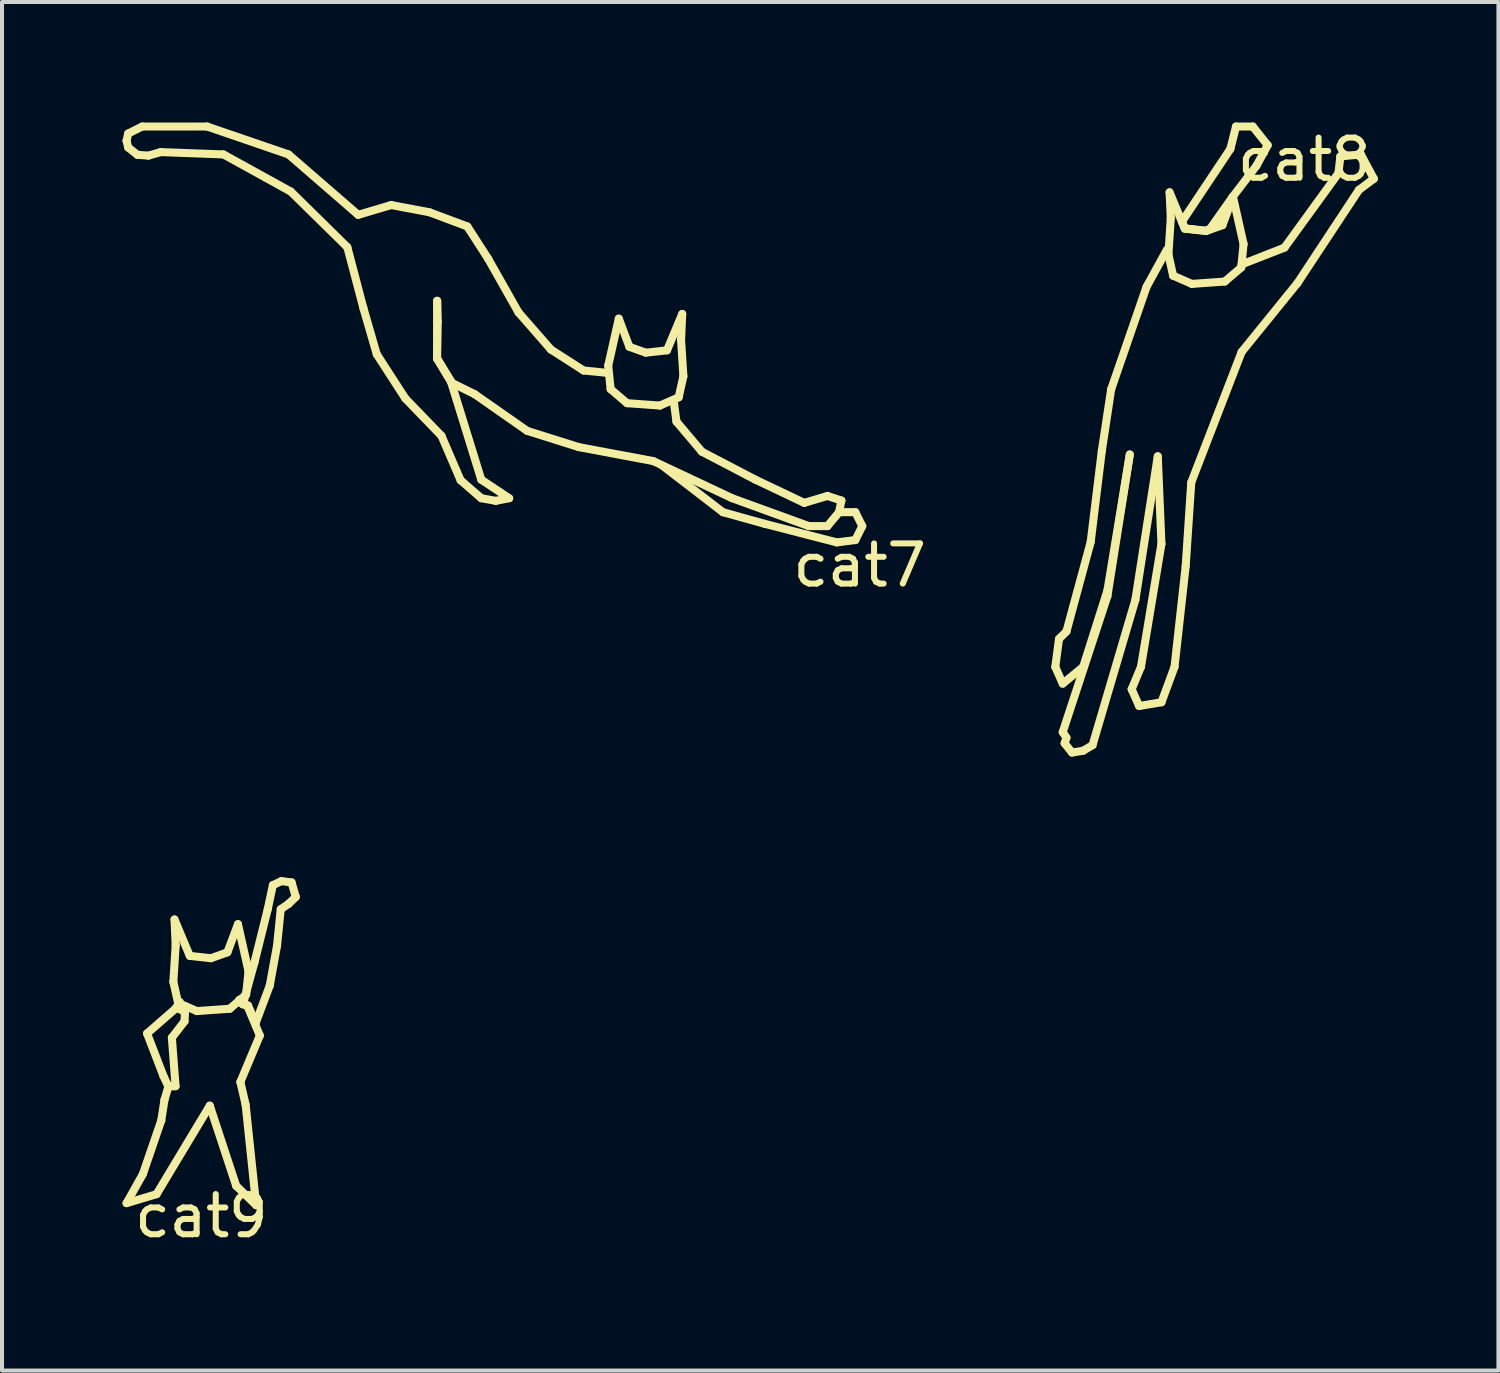
<source format=kicad_pcb>
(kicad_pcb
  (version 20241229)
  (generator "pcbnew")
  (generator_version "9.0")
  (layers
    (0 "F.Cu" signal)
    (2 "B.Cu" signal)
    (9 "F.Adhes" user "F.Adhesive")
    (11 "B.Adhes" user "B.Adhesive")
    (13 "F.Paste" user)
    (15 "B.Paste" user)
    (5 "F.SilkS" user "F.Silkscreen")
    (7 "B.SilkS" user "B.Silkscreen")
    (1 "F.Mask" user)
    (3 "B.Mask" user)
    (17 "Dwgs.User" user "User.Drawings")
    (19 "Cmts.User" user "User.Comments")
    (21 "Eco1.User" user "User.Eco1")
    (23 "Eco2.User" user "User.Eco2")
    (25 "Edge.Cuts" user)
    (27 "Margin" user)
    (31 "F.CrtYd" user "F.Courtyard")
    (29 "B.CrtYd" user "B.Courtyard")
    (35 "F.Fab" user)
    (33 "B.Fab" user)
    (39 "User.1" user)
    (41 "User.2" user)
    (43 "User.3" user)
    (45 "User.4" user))
  (footprint "cat9"
    (layer "F.Cu")
    (at 1.963 26.718)
    (property "Reference" "cat9" (at 0 0.5 0) (unlocked yes) (layer "F.SilkS") (effects (font (size 1 1) (thickness 0.15))))
    (attr through_hole)
    (fp_line (start -1.863 0.181) (end -1.116 -0.042) (stroke (width 0.2) (type solid)) (layer "F.SilkS"))
    (fp_line (start -1.457 -0.541) (end -1.863 0.181) (stroke (width 0.2) (type solid)) (layer "F.SilkS"))
    (fp_line (start -1.352 -4.043) (end -0.946 -2.987) (stroke (width 0.2) (type solid)) (layer "F.SilkS"))
    (fp_line (start -1.116 -0.042) (end 0.209 -2.246) (stroke (width 0.2) (type solid)) (layer "F.SilkS"))
    (fp_line (start -0.998 -1.879) (end -1.457 -0.541) (stroke (width 0.2) (type solid)) (layer "F.SilkS"))
    (fp_line (start -0.946 -2.987) (end -0.821 -2.721) (stroke (width 0.2) (type solid)) (layer "F.SilkS"))
    (fp_line (start -0.919 -2.39) (end -0.998 -1.879) (stroke (width 0.2) (type solid)) (layer "F.SilkS"))
    (fp_line (start -0.821 -2.721) (end -0.643 -2.731) (stroke (width 0.2) (type solid)) (layer "F.SilkS"))
    (fp_line (start -0.814 -2.744) (end -0.919 -2.39) (stroke (width 0.2) (type solid)) (layer "F.SilkS"))
    (fp_line (start -0.735 -3.938) (end -0.42 -4.345) (stroke (width 0.2) (type solid)) (layer "F.SilkS"))
    (fp_line (start -0.698 -5.331) (end -0.581 -4.805) (stroke (width 0.2) (type solid)) (layer "F.SilkS"))
    (fp_line (start -0.669 -6.88) (end -0.64 -6.237) (stroke (width 0.2) (type solid)) (layer "F.SilkS"))
    (fp_line (start -0.643 -2.731) (end -0.735 -3.938) (stroke (width 0.2) (type solid)) (layer "F.SilkS"))
    (fp_line (start -0.643 -4.66) (end -0.643 -4.66) (stroke (width 0.2) (type solid)) (layer "F.SilkS"))
    (fp_line (start -0.64 -6.237) (end -0.698 -5.331) (stroke (width 0.2) (type solid)) (layer "F.SilkS"))
    (fp_line (start -0.617 -4.686) (end -1.352 -4.043) (stroke (width 0.2) (type solid)) (layer "F.SilkS"))
    (fp_line (start -0.581 -4.805) (end -0.113 -4.6) (stroke (width 0.2) (type solid)) (layer "F.SilkS"))
    (fp_line (start -0.538 -4.83) (end -0.643 -4.66) (stroke (width 0.2) (type solid)) (layer "F.SilkS"))
    (fp_line (start -0.42 -4.345) (end -0.407 -4.581) (stroke (width 0.2) (type solid)) (layer "F.SilkS"))
    (fp_line (start -0.407 -4.581) (end -0.617 -4.686) (stroke (width 0.2) (type solid)) (layer "F.SilkS"))
    (fp_line (start -0.289 -5.974) (end -0.669 -6.88) (stroke (width 0.2) (type solid)) (layer "F.SilkS"))
    (fp_line (start -0.113 -4.6) (end 0.705 -4.658) (stroke (width 0.2) (type solid)) (layer "F.SilkS"))
    (fp_line (start 0.209 -2.246) (end 0.865 -0.252) (stroke (width 0.2) (type solid)) (layer "F.SilkS"))
    (fp_line (start 0.237 -5.916) (end -0.289 -5.974) (stroke (width 0.2) (type solid)) (layer "F.SilkS"))
    (fp_line (start 0.647 -6.062) (end 0.237 -5.916) (stroke (width 0.2) (type solid)) (layer "F.SilkS"))
    (fp_line (start 0.705 -4.658) (end 1.114 -5.009) (stroke (width 0.2) (type solid)) (layer "F.SilkS"))
    (fp_line (start 0.865 -0.252) (end 1.364 0.233) (stroke (width 0.2) (type solid)) (layer "F.SilkS"))
    (fp_line (start 0.91 -6.763) (end 0.647 -6.062) (stroke (width 0.2) (type solid)) (layer "F.SilkS"))
    (fp_line (start 0.957 -4.817) (end 0.944 -4.883) (stroke (width 0.2) (type solid)) (layer "F.SilkS"))
    (fp_line (start 0.97 -2.836) (end 1.455 -3.991) (stroke (width 0.2) (type solid)) (layer "F.SilkS"))
    (fp_line (start 1.033 -4.768) (end 1.321 -5.812) (stroke (width 0.2) (type solid)) (layer "F.SilkS"))
    (fp_line (start 1.101 -2.272) (end 0.97 -2.836) (stroke (width 0.2) (type solid)) (layer "F.SilkS"))
    (fp_line (start 1.114 -5.009) (end 1.173 -5.594) (stroke (width 0.2) (type solid)) (layer "F.SilkS"))
    (fp_line (start 1.141 -4.738) (end 0.957 -4.817) (stroke (width 0.2) (type solid)) (layer "F.SilkS"))
    (fp_line (start 1.162 -4.737) (end 1.033 -4.768) (stroke (width 0.2) (type solid)) (layer "F.SilkS"))
    (fp_line (start 1.173 -5.594) (end 0.91 -6.763) (stroke (width 0.2) (type solid)) (layer "F.SilkS"))
    (fp_line (start 1.321 -5.812) (end 1.651 -7.134) (stroke (width 0.2) (type solid)) (layer "F.SilkS"))
    (fp_line (start 1.351 -4.302) (end 1.162 -4.737) (stroke (width 0.2) (type solid)) (layer "F.SilkS"))
    (fp_line (start 1.364 0.233) (end 1.101 -2.272) (stroke (width 0.2) (type solid)) (layer "F.SilkS"))
    (fp_line (start 1.455 -3.991) (end 1.141 -4.738) (stroke (width 0.2) (type solid)) (layer "F.SilkS"))
    (fp_line (start 1.651 -7.134) (end 1.779 -7.735) (stroke (width 0.2) (type solid)) (layer "F.SilkS"))
    (fp_line (start 1.701 -5.233) (end 1.351 -4.302) (stroke (width 0.2) (type solid)) (layer "F.SilkS"))
    (fp_line (start 1.779 -7.735) (end 1.992 -7.835) (stroke (width 0.2) (type solid)) (layer "F.SilkS"))
    (fp_line (start 1.883 -6.227) (end 1.701 -5.233) (stroke (width 0.2) (type solid)) (layer "F.SilkS"))
    (fp_line (start 1.975 -7.135) (end 1.883 -6.227) (stroke (width 0.2) (type solid)) (layer "F.SilkS"))
    (fp_line (start 1.992 -7.835) (end 2.245 -7.803) (stroke (width 0.2) (type solid)) (layer "F.SilkS"))
    (fp_line (start 2.171 -7.27) (end 1.975 -7.135) (stroke (width 0.2) (type solid)) (layer "F.SilkS"))
    (fp_line (start 2.245 -7.803) (end 2.35 -7.441) (stroke (width 0.2) (type solid)) (layer "F.SilkS"))
    (fp_line (start 2.35 -7.441) (end 2.171 -7.27) (stroke (width 0.2) (type solid)) (layer "F.SilkS")))
  (footprint "cat8"
    (layer "F.Cu")
    (at 29.415 0.42)
    (property "Reference" "cat8" (at 0 0.5 0) (unlocked yes) (layer "F.SilkS") (effects (font (size 1 1) (thickness 0.15))))
    (attr through_hole)
    (fp_line (start -6.197 13.13) (end -6.104 12.434) (stroke (width 0.2) (type solid)) (layer "F.SilkS"))
    (fp_line (start -6.104 12.434) (end -5.919 12.249) (stroke (width 0.2) (type solid)) (layer "F.SilkS"))
    (fp_line (start -6.012 14.753) (end -4.899 11.367) (stroke (width 0.2) (type solid)) (layer "F.SilkS"))
    (fp_line (start -6.012 13.547) (end -6.197 13.13) (stroke (width 0.2) (type solid)) (layer "F.SilkS"))
    (fp_line (start -5.965 15.031) (end -5.919 14.892) (stroke (width 0.2) (type solid)) (layer "F.SilkS"))
    (fp_line (start -5.919 12.249) (end -5.316 10.023) (stroke (width 0.2) (type solid)) (layer "F.SilkS"))
    (fp_line (start -5.919 14.892) (end -6.012 14.753) (stroke (width 0.2) (type solid)) (layer "F.SilkS"))
    (fp_line (start -5.78 15.263) (end -5.965 15.031) (stroke (width 0.2) (type solid)) (layer "F.SilkS"))
    (fp_line (start -5.502 13.13) (end -6.012 13.547) (stroke (width 0.2) (type solid)) (layer "F.SilkS"))
    (fp_line (start -5.502 15.217) (end -5.78 15.263) (stroke (width 0.2) (type solid)) (layer "F.SilkS"))
    (fp_line (start -5.316 10.023) (end -5.038 7.75) (stroke (width 0.2) (type solid)) (layer "F.SilkS"))
    (fp_line (start -5.27 15.078) (end -5.502 15.217) (stroke (width 0.2) (type solid)) (layer "F.SilkS"))
    (fp_line (start -5.038 7.75) (end -4.806 6.22) (stroke (width 0.2) (type solid)) (layer "F.SilkS"))
    (fp_line (start -4.899 11.367) (end -4.342 7.843) (stroke (width 0.2) (type solid)) (layer "F.SilkS"))
    (fp_line (start -4.899 11.228) (end -5.502 13.13) (stroke (width 0.2) (type solid)) (layer "F.SilkS"))
    (fp_line (start -4.806 6.22) (end -3.925 3.669) (stroke (width 0.2) (type solid)) (layer "F.SilkS"))
    (fp_line (start -4.342 7.843) (end -4.899 11.228) (stroke (width 0.2) (type solid)) (layer "F.SilkS"))
    (fp_line (start -4.296 13.686) (end -4.064 13.13) (stroke (width 0.2) (type solid)) (layer "F.SilkS"))
    (fp_line (start -4.203 11.46) (end -5.27 15.078) (stroke (width 0.2) (type solid)) (layer "F.SilkS"))
    (fp_line (start -4.11 14.104) (end -4.296 13.686) (stroke (width 0.2) (type solid)) (layer "F.SilkS"))
    (fp_line (start -4.064 13.13) (end -3.554 10.069) (stroke (width 0.2) (type solid)) (layer "F.SilkS"))
    (fp_line (start -3.925 3.669) (end -3.415 2.741) (stroke (width 0.2) (type solid)) (layer "F.SilkS"))
    (fp_line (start -3.646 7.889) (end -4.203 11.46) (stroke (width 0.2) (type solid)) (layer "F.SilkS"))
    (fp_line (start -3.554 14.011) (end -4.11 14.104) (stroke (width 0.2) (type solid)) (layer "F.SilkS"))
    (fp_line (start -3.554 10.069) (end -3.646 7.889) (stroke (width 0.2) (type solid)) (layer "F.SilkS"))
    (fp_line (start -3.381 2.866) (end -3.264 3.392) (stroke (width 0.2) (type solid)) (layer "F.SilkS"))
    (fp_line (start -3.352 1.317) (end -3.322 1.96) (stroke (width 0.2) (type solid)) (layer "F.SilkS"))
    (fp_line (start -3.322 1.96) (end -3.381 2.866) (stroke (width 0.2) (type solid)) (layer "F.SilkS"))
    (fp_line (start -3.264 3.392) (end -2.796 3.597) (stroke (width 0.2) (type solid)) (layer "F.SilkS"))
    (fp_line (start -3.229 13.13) (end -3.554 14.011) (stroke (width 0.2) (type solid)) (layer "F.SilkS"))
    (fp_line (start -3.044 2.046) (end -1.838 0.237) (stroke (width 0.2) (type solid)) (layer "F.SilkS"))
    (fp_line (start -2.973 2.213) (end -3.044 2.046) (stroke (width 0.2) (type solid)) (layer "F.SilkS"))
    (fp_line (start -2.972 2.223) (end -3.352 1.317) (stroke (width 0.2) (type solid)) (layer "F.SilkS"))
    (fp_line (start -2.951 10.625) (end -3.229 13.13) (stroke (width 0.2) (type solid)) (layer "F.SilkS"))
    (fp_line (start -2.812 8.538) (end -2.951 10.625) (stroke (width 0.2) (type solid)) (layer "F.SilkS"))
    (fp_line (start -2.796 3.597) (end -1.978 3.538) (stroke (width 0.2) (type solid)) (layer "F.SilkS"))
    (fp_line (start -2.771 2.237) (end -2.973 2.213) (stroke (width 0.2) (type solid)) (layer "F.SilkS"))
    (fp_line (start -2.446 2.272) (end -2.771 2.237) (stroke (width 0.2) (type solid)) (layer "F.SilkS"))
    (fp_line (start -2.445 2.281) (end -2.972 2.223) (stroke (width 0.2) (type solid)) (layer "F.SilkS"))
    (fp_line (start -2.348 2.231) (end -2.446 2.272) (stroke (width 0.2) (type solid)) (layer "F.SilkS"))
    (fp_line (start -2.036 2.135) (end -2.445 2.281) (stroke (width 0.2) (type solid)) (layer "F.SilkS"))
    (fp_line (start -1.978 3.538) (end -1.568 3.188) (stroke (width 0.2) (type solid)) (layer "F.SilkS"))
    (fp_line (start -1.838 0.237) (end -1.699 -0.32) (stroke (width 0.2) (type solid)) (layer "F.SilkS"))
    (fp_line (start -1.791 1.443) (end -2.348 2.231) (stroke (width 0.2) (type solid)) (layer "F.SilkS"))
    (fp_line (start -1.773 1.434) (end -2.036 2.135) (stroke (width 0.2) (type solid)) (layer "F.SilkS"))
    (fp_line (start -1.699 -0.32) (end -1.281 -0.32) (stroke (width 0.2) (type solid)) (layer "F.SilkS"))
    (fp_line (start -1.568 3.188) (end -1.51 2.603) (stroke (width 0.2) (type solid)) (layer "F.SilkS"))
    (fp_line (start -1.559 3.112) (end -0.493 2.695) (stroke (width 0.2) (type solid)) (layer "F.SilkS"))
    (fp_line (start -1.559 5.292) (end -2.812 8.538) (stroke (width 0.2) (type solid)) (layer "F.SilkS"))
    (fp_line (start -1.51 2.603) (end -1.773 1.434) (stroke (width 0.2) (type solid)) (layer "F.SilkS"))
    (fp_line (start -1.281 -0.32) (end -0.91 0.144) (stroke (width 0.2) (type solid)) (layer "F.SilkS"))
    (fp_line (start -1.188 0.654) (end -1.791 1.443) (stroke (width 0.2) (type solid)) (layer "F.SilkS"))
    (fp_line (start -0.91 0.144) (end -1.188 0.654) (stroke (width 0.2) (type solid)) (layer "F.SilkS"))
    (fp_line (start -0.493 2.695) (end 0.852 0.84) (stroke (width 0.2) (type solid)) (layer "F.SilkS"))
    (fp_line (start -0.168 3.576) (end -1.559 5.292) (stroke (width 0.2) (type solid)) (layer "F.SilkS"))
    (fp_line (start 0.852 0.84) (end 0.899 0.422) (stroke (width 0.2) (type solid)) (layer "F.SilkS"))
    (fp_line (start 0.899 0.422) (end 1.409 0.376) (stroke (width 0.2) (type solid)) (layer "F.SilkS"))
    (fp_line (start 1.362 1.257) (end -0.168 3.576) (stroke (width 0.2) (type solid)) (layer "F.SilkS"))
    (fp_line (start 1.409 0.376) (end 1.733 0.979) (stroke (width 0.2) (type solid)) (layer "F.SilkS"))
    (fp_line (start 1.733 0.979) (end 1.362 1.257) (stroke (width 0.2) (type solid)) (layer "F.SilkS")))
  (footprint "cat7"
    (layer "F.Cu")
    (at 18.35 10.522)
    (property "Reference" "cat7" (at 0 0.5 0) (unlocked yes) (layer "F.SilkS") (effects (font (size 1 1) (thickness 0.15))))
    (attr through_hole)
    (fp_line (start -18.25 -10.069) (end -18.209 -9.901) (stroke (width 0.2) (type solid)) (layer "F.SilkS"))
    (fp_line (start -18.209 -9.901) (end -17.978 -9.718) (stroke (width 0.2) (type solid)) (layer "F.SilkS"))
    (fp_line (start -18.209 -10.248) (end -18.25 -10.069) (stroke (width 0.2) (type solid)) (layer "F.SilkS"))
    (fp_line (start -17.978 -9.718) (end -17.706 -9.698) (stroke (width 0.2) (type solid)) (layer "F.SilkS"))
    (fp_line (start -17.862 -10.422) (end -18.209 -10.248) (stroke (width 0.2) (type solid)) (layer "F.SilkS"))
    (fp_line (start -17.706 -9.698) (end -17.4 -9.786) (stroke (width 0.2) (type solid)) (layer "F.SilkS"))
    (fp_line (start -17.4 -9.786) (end -15.838 -9.728) (stroke (width 0.2) (type solid)) (layer "F.SilkS"))
    (fp_line (start -16.243 -10.422) (end -17.862 -10.422) (stroke (width 0.2) (type solid)) (layer "F.SilkS"))
    (fp_line (start -15.838 -9.728) (end -14.161 -8.803) (stroke (width 0.2) (type solid)) (layer "F.SilkS"))
    (fp_line (start -14.219 -9.728) (end -16.243 -10.422) (stroke (width 0.2) (type solid)) (layer "F.SilkS"))
    (fp_line (start -14.161 -8.803) (end -12.754 -7.419) (stroke (width 0.2) (type solid)) (layer "F.SilkS"))
    (fp_line (start -12.754 -7.419) (end -12.356 -5.909) (stroke (width 0.2) (type solid)) (layer "F.SilkS"))
    (fp_line (start -12.484 -8.224) (end -14.219 -9.728) (stroke (width 0.2) (type solid)) (layer "F.SilkS"))
    (fp_line (start -12.356 -5.909) (end -12.022 -4.755) (stroke (width 0.2) (type solid)) (layer "F.SilkS"))
    (fp_line (start -12.022 -4.755) (end -11.31 -3.653) (stroke (width 0.2) (type solid)) (layer "F.SilkS"))
    (fp_line (start -11.663 -8.468) (end -12.484 -8.224) (stroke (width 0.2) (type solid)) (layer "F.SilkS"))
    (fp_line (start -11.31 -3.653) (end -10.41 -2.722) (stroke (width 0.2) (type solid)) (layer "F.SilkS"))
    (fp_line (start -10.712 -8.289) (end -11.663 -8.468) (stroke (width 0.2) (type solid)) (layer "F.SilkS"))
    (fp_line (start -10.523 -4.656) (end -10.505 -5.571) (stroke (width 0.2) (type solid)) (layer "F.SilkS"))
    (fp_line (start -10.519 -4.639) (end -10.145 -4.037) (stroke (width 0.2) (type solid)) (layer "F.SilkS"))
    (fp_line (start -10.518 -6.085) (end -10.518 -5.564) (stroke (width 0.2) (type solid)) (layer "F.SilkS"))
    (fp_line (start -10.518 -5.564) (end -10.519 -4.639) (stroke (width 0.2) (type solid)) (layer "F.SilkS"))
    (fp_line (start -10.505 -5.571) (end -10.518 -6.085) (stroke (width 0.2) (type solid)) (layer "F.SilkS"))
    (fp_line (start -10.41 -2.722) (end -9.935 -1.618) (stroke (width 0.2) (type solid)) (layer "F.SilkS"))
    (fp_line (start -10.171 -4.061) (end -10.523 -4.656) (stroke (width 0.2) (type solid)) (layer "F.SilkS"))
    (fp_line (start -10.145 -4.037) (end -9.588 -3.762) (stroke (width 0.2) (type solid)) (layer "F.SilkS"))
    (fp_line (start -9.935 -1.618) (end -9.42 -1.17) (stroke (width 0.2) (type solid)) (layer "F.SilkS"))
    (fp_line (start -9.767 -7.935) (end -10.712 -8.289) (stroke (width 0.2) (type solid)) (layer "F.SilkS"))
    (fp_line (start -9.588 -3.762) (end -8.276 -2.846) (stroke (width 0.2) (type solid)) (layer "F.SilkS"))
    (fp_line (start -9.42 -1.632) (end -10.171 -4.061) (stroke (width 0.2) (type solid)) (layer "F.SilkS"))
    (fp_line (start -9.42 -1.17) (end -9.059 -1.105) (stroke (width 0.2) (type solid)) (layer "F.SilkS"))
    (fp_line (start -9.246 -7.126) (end -9.767 -7.935) (stroke (width 0.2) (type solid)) (layer "F.SilkS"))
    (fp_line (start -9.059 -1.105) (end -8.726 -1.17) (stroke (width 0.2) (type solid)) (layer "F.SilkS"))
    (fp_line (start -8.726 -1.17) (end -9.42 -1.632) (stroke (width 0.2) (type solid)) (layer "F.SilkS"))
    (fp_line (start -8.494 -5.796) (end -9.246 -7.126) (stroke (width 0.2) (type solid)) (layer "F.SilkS"))
    (fp_line (start -8.276 -2.846) (end -6.991 -2.442) (stroke (width 0.2) (type solid)) (layer "F.SilkS"))
    (fp_line (start -7.685 -4.87) (end -8.494 -5.796) (stroke (width 0.2) (type solid)) (layer "F.SilkS"))
    (fp_line (start -6.991 -2.442) (end -5.14 -2.095) (stroke (width 0.2) (type solid)) (layer "F.SilkS"))
    (fp_line (start -6.875 -4.35) (end -7.685 -4.87) (stroke (width 0.2) (type solid)) (layer "F.SilkS"))
    (fp_line (start -6.297 -4.292) (end -6.875 -4.35) (stroke (width 0.2) (type solid)) (layer "F.SilkS"))
    (fp_line (start -6.26 -4.471) (end -5.997 -5.64) (stroke (width 0.2) (type solid)) (layer "F.SilkS"))
    (fp_line (start -6.201 -3.886) (end -6.26 -4.471) (stroke (width 0.2) (type solid)) (layer "F.SilkS"))
    (fp_line (start -5.997 -5.64) (end -5.733 -4.939) (stroke (width 0.2) (type solid)) (layer "F.SilkS"))
    (fp_line (start -5.792 -3.536) (end -6.201 -3.886) (stroke (width 0.2) (type solid)) (layer "F.SilkS"))
    (fp_line (start -5.733 -4.939) (end -5.324 -4.793) (stroke (width 0.2) (type solid)) (layer "F.SilkS"))
    (fp_line (start -5.324 -4.793) (end -4.798 -4.851) (stroke (width 0.2) (type solid)) (layer "F.SilkS"))
    (fp_line (start -5.14 -2.095) (end -3.174 -1.17) (stroke (width 0.2) (type solid)) (layer "F.SilkS"))
    (fp_line (start -4.973 -3.477) (end -5.792 -3.536) (stroke (width 0.2) (type solid)) (layer "F.SilkS"))
    (fp_line (start -4.909 -1.979) (end -3.406 -0.823) (stroke (width 0.2) (type solid)) (layer "F.SilkS"))
    (fp_line (start -4.798 -4.851) (end -4.418 -5.757) (stroke (width 0.2) (type solid)) (layer "F.SilkS"))
    (fp_line (start -4.562 -3.078) (end -4.633 -3.615) (stroke (width 0.2) (type solid)) (layer "F.SilkS"))
    (fp_line (start -4.506 -3.682) (end -4.973 -3.477) (stroke (width 0.2) (type solid)) (layer "F.SilkS"))
    (fp_line (start -4.447 -5.114) (end -4.389 -4.208) (stroke (width 0.2) (type solid)) (layer "F.SilkS"))
    (fp_line (start -4.418 -5.757) (end -4.447 -5.114) (stroke (width 0.2) (type solid)) (layer "F.SilkS"))
    (fp_line (start -4.389 -4.208) (end -4.506 -3.682) (stroke (width 0.2) (type solid)) (layer "F.SilkS"))
    (fp_line (start -3.926 -2.326) (end -4.562 -3.078) (stroke (width 0.2) (type solid)) (layer "F.SilkS"))
    (fp_line (start -3.406 -0.823) (end -2.365 -0.533) (stroke (width 0.2) (type solid)) (layer "F.SilkS"))
    (fp_line (start -3.174 -1.17) (end -1.266 -0.476) (stroke (width 0.2) (type solid)) (layer "F.SilkS"))
    (fp_line (start -2.596 -1.632) (end -3.926 -2.326) (stroke (width 0.2) (type solid)) (layer "F.SilkS"))
    (fp_line (start -2.365 -0.533) (end -0.572 -0.071) (stroke (width 0.2) (type solid)) (layer "F.SilkS"))
    (fp_line (start -1.381 -1.054) (end -2.596 -1.632) (stroke (width 0.2) (type solid)) (layer "F.SilkS"))
    (fp_line (start -1.266 -0.476) (end -0.803 -0.476) (stroke (width 0.2) (type solid)) (layer "F.SilkS"))
    (fp_line (start -0.803 -1.227) (end -1.381 -1.054) (stroke (width 0.2) (type solid)) (layer "F.SilkS"))
    (fp_line (start -0.803 -0.476) (end -0.514 -0.823) (stroke (width 0.2) (type solid)) (layer "F.SilkS"))
    (fp_line (start -0.572 -0.071) (end -0.109 -0.129) (stroke (width 0.2) (type solid)) (layer "F.SilkS"))
    (fp_line (start -0.514 -0.823) (end -0.456 -1.112) (stroke (width 0.2) (type solid)) (layer "F.SilkS"))
    (fp_line (start -0.456 -1.112) (end -0.803 -1.227) (stroke (width 0.2) (type solid)) (layer "F.SilkS"))
    (fp_line (start -0.109 -0.823) (end -0.456 -0.823) (stroke (width 0.2) (type solid)) (layer "F.SilkS"))
    (fp_line (start -0.109 -0.129) (end 0.064 -0.476) (stroke (width 0.2) (type solid)) (layer "F.SilkS"))
    (fp_line (start 0.064 -0.476) (end -0.109 -0.823) (stroke (width 0.2) (type solid)) (layer "F.SilkS")))
  (gr_rect
    (start -3 -3)
    (end 34.249 31.066)
    (stroke (width 0.1) (type default))
    (fill no)
    (layer "Edge.Cuts")))
</source>
